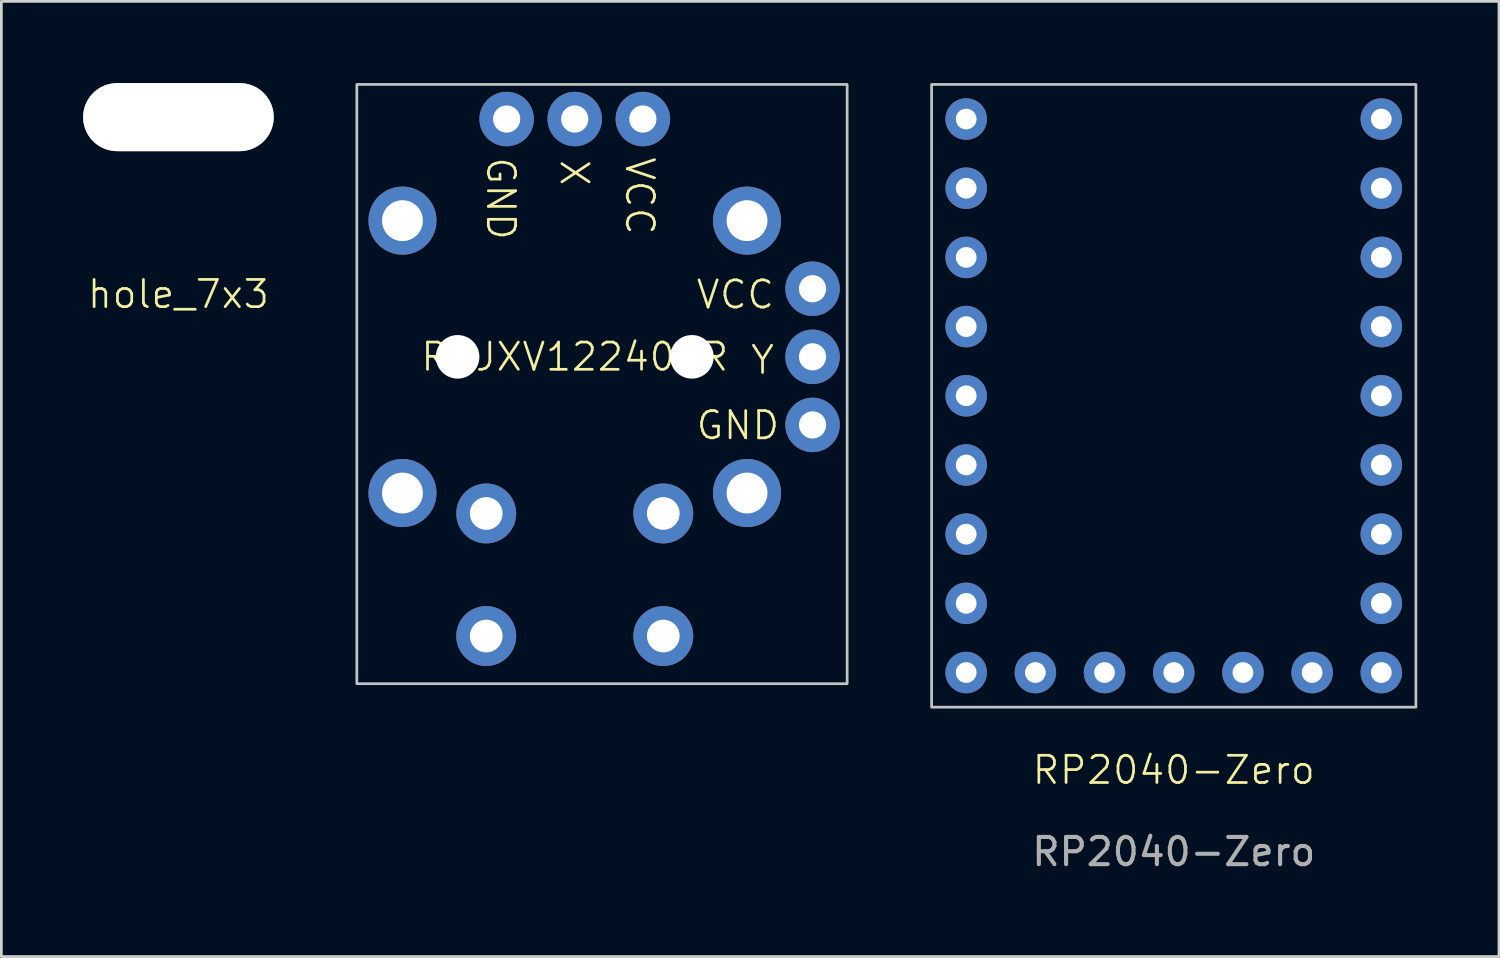
<source format=kicad_pcb>
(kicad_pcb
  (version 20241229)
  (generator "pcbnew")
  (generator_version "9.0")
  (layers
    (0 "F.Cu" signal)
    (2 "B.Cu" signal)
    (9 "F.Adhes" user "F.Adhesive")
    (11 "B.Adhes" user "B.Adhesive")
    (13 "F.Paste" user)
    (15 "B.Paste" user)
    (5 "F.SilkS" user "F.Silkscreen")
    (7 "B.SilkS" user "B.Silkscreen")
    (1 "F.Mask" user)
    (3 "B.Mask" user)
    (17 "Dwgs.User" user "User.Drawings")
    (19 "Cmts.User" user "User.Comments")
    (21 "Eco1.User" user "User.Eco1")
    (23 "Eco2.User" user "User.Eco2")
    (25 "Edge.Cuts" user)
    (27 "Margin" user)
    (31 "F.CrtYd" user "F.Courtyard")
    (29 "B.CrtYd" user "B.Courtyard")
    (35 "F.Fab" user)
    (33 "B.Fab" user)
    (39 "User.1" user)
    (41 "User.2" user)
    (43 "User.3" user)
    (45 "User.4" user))
  (footprint "RP2040-Zero"
    (layer "F.Cu")
    (at 40.04 11.48)
    (property "Reference" "RP2040-Zero" (at 0 13.74 0) (unlocked yes) (layer "F.SilkS") (effects (font (size 1 1) (thickness 0.1))))
    (attr through_hole)
    (fp_rect (start -8.89 -11.43) (end 8.89 11.43) (stroke (width 0.1) (type default)) (fill no) (layer "Dwgs.User"))
    (fp_text user "${REFERENCE}" (at 0 16.74 0) (unlocked yes) (layer "F.Fab") (effects (font (size 1 1) (thickness 0.15))))
    (pad "1" thru_hole circle (at -7.62 -10.16) (size 1.524 1.524) (drill 0.762) (layers "*.Cu" "*.Mask"))
    (pad "2" thru_hole circle (at -7.62 -7.62) (size 1.524 1.524) (drill 0.762) (layers "*.Cu" "*.Mask"))
    (pad "3" thru_hole circle (at -7.62 -5.08) (size 1.524 1.524) (drill 0.762) (layers "*.Cu" "*.Mask"))
    (pad "4" thru_hole circle (at -7.62 -2.54) (size 1.524 1.524) (drill 0.762) (layers "*.Cu" "*.Mask"))
    (pad "5" thru_hole circle (at -7.62 0) (size 1.524 1.524) (drill 0.762) (layers "*.Cu" "*.Mask"))
    (pad "6" thru_hole circle (at -7.62 2.54) (size 1.524 1.524) (drill 0.762) (layers "*.Cu" "*.Mask"))
    (pad "7" thru_hole circle (at -7.62 5.08) (size 1.524 1.524) (drill 0.762) (layers "*.Cu" "*.Mask"))
    (pad "8" thru_hole circle (at -7.62 7.62) (size 1.524 1.524) (drill 0.762) (layers "*.Cu" "*.Mask"))
    (pad "9" thru_hole circle (at -7.62 10.16) (size 1.524 1.524) (drill 0.762) (layers "*.Cu" "*.Mask"))
    (pad "10" thru_hole circle (at -5.08 10.16) (size 1.524 1.524) (drill 0.762) (layers "*.Cu" "*.Mask"))
    (pad "11" thru_hole circle (at -2.54 10.16) (size 1.524 1.524) (drill 0.762) (layers "*.Cu" "*.Mask"))
    (pad "12" thru_hole circle (at 0 10.16) (size 1.524 1.524) (drill 0.762) (layers "*.Cu" "*.Mask"))
    (pad "13" thru_hole circle (at 2.54 10.16) (size 1.524 1.524) (drill 0.762) (layers "*.Cu" "*.Mask"))
    (pad "14" thru_hole circle (at 5.08 10.16) (size 1.524 1.524) (drill 0.762) (layers "*.Cu" "*.Mask"))
    (pad "15" thru_hole circle (at 7.62 10.16) (size 1.524 1.524) (drill 0.762) (layers "*.Cu" "*.Mask"))
    (pad "16" thru_hole circle (at 7.62 7.62) (size 1.524 1.524) (drill 0.762) (layers "*.Cu" "*.Mask"))
    (pad "17" thru_hole circle (at 7.62 5.08) (size 1.524 1.524) (drill 0.762) (layers "*.Cu" "*.Mask"))
    (pad "18" thru_hole circle (at 7.62 2.54) (size 1.524 1.524) (drill 0.762) (layers "*.Cu" "*.Mask"))
    (pad "19" thru_hole circle (at 7.62 0) (size 1.524 1.524) (drill 0.762) (layers "*.Cu" "*.Mask"))
    (pad "20" thru_hole circle (at 7.62 -2.54) (size 1.524 1.524) (drill 0.762) (layers "*.Cu" "*.Mask"))
    (pad "21" thru_hole circle (at 7.62 -5.08) (size 1.524 1.524) (drill 0.762) (layers "*.Cu" "*.Mask"))
    (pad "22" thru_hole circle (at 7.62 -7.62) (size 1.524 1.524) (drill 0.762) (layers "*.Cu" "*.Mask"))
    (pad "23" thru_hole circle (at 7.62 -10.16) (size 1.524 1.524) (drill 0.762) (layers "*.Cu" "*.Mask")))
  (footprint "RKJXV122400R"
    (layer "F.Cu")
    (at 18.05 10.05)
    (property "Reference" "RKJXV122400R" (at 0 0 0) (unlocked yes) (layer "F.SilkS") (effects (font (size 1 1) (thickness 0.1))))
    (attr through_hole)
    (fp_rect (start -8 -10) (end 10 12) (stroke (width 0.1) (type default)) (fill no) (layer "Dwgs.User"))
    (fp_text user "VCC" (at 1.8 -7.4 270) (unlocked yes) (layer "F.SilkS") (effects (font (size 1 1) (thickness 0.1)) (justify left bottom)))
    (fp_text user "GND" (at -3.3 -7.4 270) (unlocked yes) (layer "F.SilkS") (effects (font (size 1 1) (thickness 0.1)) (justify left bottom)))
    (fp_text user "VCC" (at 4.4 -1.7 0) (unlocked yes) (layer "F.SilkS") (effects (font (size 1 1) (thickness 0.1)) (justify left bottom)))
    (fp_text user "GND" (at 4.4 3.1 0) (unlocked yes) (layer "F.SilkS") (effects (font (size 1 1) (thickness 0.1)) (justify left bottom)))
    (fp_text user "Y" (at 6.4 0.7 0) (unlocked yes) (layer "F.SilkS") (effects (font (size 1 1) (thickness 0.1)) (justify left bottom)))
    (fp_text user "X" (at -0.6 -7.3 270) (unlocked yes) (layer "F.SilkS") (effects (font (size 1 1) (thickness 0.1)) (justify left bottom)))
    (pad "" thru_hole circle (at -6.325 -5) (size 2.5 2.5) (drill 1.5) (layers "*.Cu" "*.Mask"))
    (pad "" thru_hole circle (at -6.325 5) (size 2.5 2.5) (drill 1.5) (layers "*.Cu" "*.Mask"))
    (pad "" np_thru_hole circle (at -4.3 0) (size 1.6 1.6) (drill 1.6) (layers "*.Cu" "*.Mask"))
    (pad "" np_thru_hole circle (at 4.3 0) (size 1.6 1.6) (drill 1.6) (layers "*.Cu" "*.Mask"))
    (pad "" thru_hole circle (at 6.325 -5) (size 2.5 2.5) (drill 1.5) (layers "*.Cu" "*.Mask"))
    (pad "" thru_hole circle (at 6.325 5) (size 2.5 2.5) (drill 1.5) (layers "*.Cu" "*.Mask"))
    (pad "1" thru_hole circle (at 8.73 2.5) (size 2 2) (drill 1) (layers "*.Cu" "*.Mask"))
    (pad "2" thru_hole circle (at 8.73 0) (size 2 2) (drill 1) (layers "*.Cu" "*.Mask"))
    (pad "3" thru_hole circle (at 8.73 -2.5) (size 2 2) (drill 1) (layers "*.Cu" "*.Mask"))
    (pad "4" thru_hole circle (at 2.5 -8.73) (size 2 2) (drill 1) (layers "*.Cu" "*.Mask"))
    (pad "5" thru_hole circle (at 0 -8.73) (size 2 2) (drill 1) (layers "*.Cu" "*.Mask"))
    (pad "6" thru_hole circle (at -2.5 -8.73) (size 2 2) (drill 1) (layers "*.Cu" "*.Mask"))
    (pad "7" thru_hole circle (at -3.25 5.75) (size 2.2 2.2) (drill 1.2) (layers "*.Cu" "*.Mask"))
    (pad "7" thru_hole circle (at 3.25 5.75) (size 2.2 2.2) (drill 1.2) (layers "*.Cu" "*.Mask"))
    (pad "8" thru_hole circle (at -3.25 10.25) (size 2.2 2.2) (drill 1.2) (layers "*.Cu" "*.Mask"))
    (pad "8" thru_hole circle (at 3.25 10.25) (size 2.2 2.2) (drill 1.2) (layers "*.Cu" "*.Mask")))
  (footprint "hole_7x3"
    (layer "F.Cu")
    (at 3.5 1.25)
    (property "Reference" "hole_7x3" (at 0 6.5 0) (unlocked yes) (layer "F.SilkS") (effects (font (size 1 1) (thickness 0.1))))
    (attr smd)
    (pad "" np_thru_hole roundrect (at 0 0) (size 7 2.5) (drill oval 7 2.5) (layers "*.Cu" "*.Mask") (roundrect_rratio 0.5)))
  (gr_rect
    (start -3 -3)
    (end 51.98 32.068)
    (stroke (width 0.1) (type default))
    (fill no)
    (layer "Edge.Cuts")))
</source>
